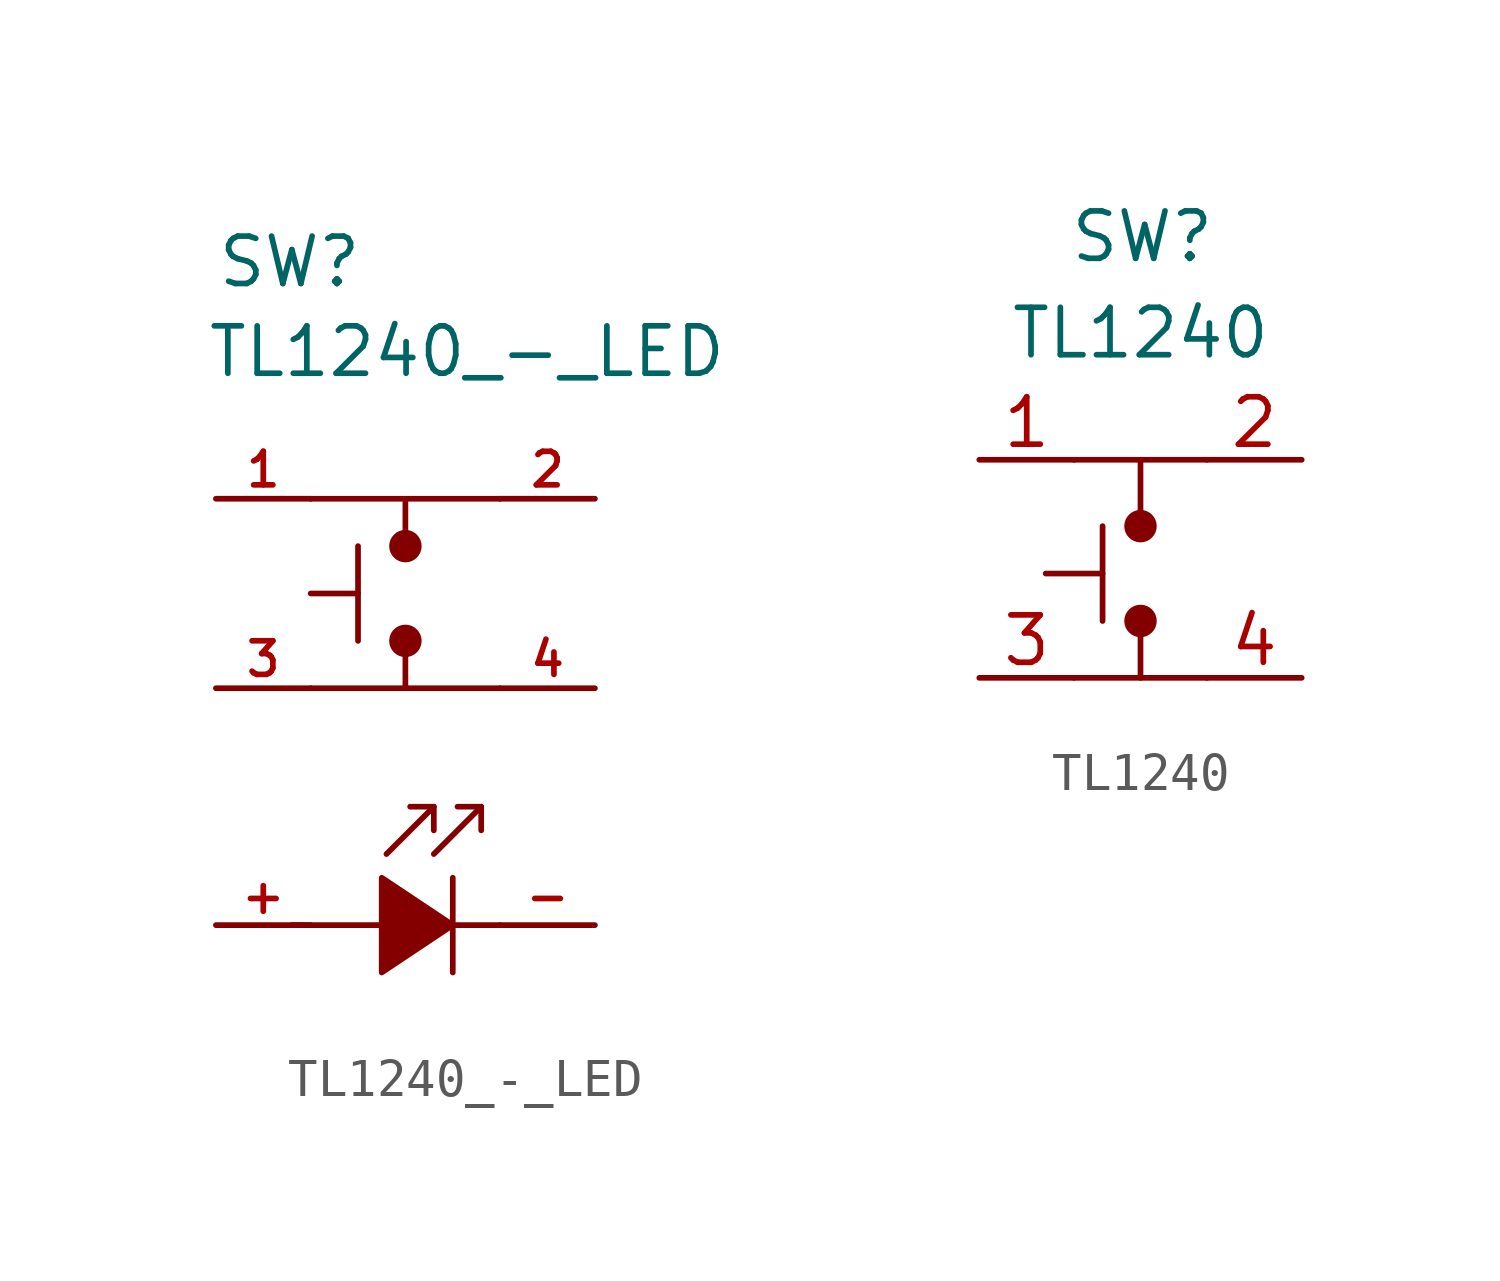
<source format=kicad_sym>
(kicad_symbol_lib
  (version 20211014)
  (generator kicad_symbol_editor)
  (symbol "TL1240_-_LED"
    (pin_names
      (offset 1.016) hide)
    (property "Reference" "SW"
      (at -5.08 8.89 0)
      (effects (font (size 1.27 1.27)) (justify left)))
    (property "Value" "TL1240_-_LED"
      (at 1.651 6.484 0)
      (effects (font (size 1.27 1.27))))
    (symbol "TL1240_-_LED_0_0"
      (polyline (pts (xy 0.762 -5.715) (xy -0.508 -6.985)) (stroke (width 0) (type default) (color 0 0 0 0)) (fill (type none)))
      (polyline (pts (xy 1.27 -10.16) (xy 1.27 -7.62)) (stroke (width 0) (type default) (color 0 0 0 0)) (fill (type none)))
      (polyline (pts (xy 2.032 -5.715) (xy 0.762 -6.985)) (stroke (width 0) (type default) (color 0 0 0 0)) (fill (type none)))
      (polyline (pts (xy 2.54 -8.89) (xy -3.048 -8.89)) (stroke (width 0) (type default) (color 0 0 0 0)) (fill (type none)))
      (polyline (pts (xy 0.762 -6.35) (xy 0.762 -5.715) (xy 0.127 -5.715)) (stroke (width 0) (type default) (color 0 0 0 0)) (fill (type none)))
      (polyline (pts (xy 2.032 -6.35) (xy 2.032 -5.715) (xy 1.397 -5.715)) (stroke (width 0) (type default) (color 0 0 0 0)) (fill (type none)))
      (polyline (pts (xy 1.27 -8.89) (xy -0.635 -10.16) (xy -0.635 -7.62) (xy 1.27 -8.89)) (stroke (width 0) (type default) (color 0 0 0 0)) (fill (type outline))))
    (symbol "TL1240_-_LED_0_1"
      (circle (center 0 -1.27) (radius 0.359) (stroke (width 0.152) (type default) (color 0 0 0 0)) (fill (type outline)))
      (polyline (pts (xy -1.27 -1.27) (xy -1.27 1.27)) (stroke (width 0) (type default) (color 0 0 0 0)) (fill (type none)))
      (polyline (pts (xy -1.27 0) (xy -2.54 0)) (stroke (width 0) (type default) (color 0 0 0 0)) (fill (type none)))
      (polyline (pts (xy 0 -2.54) (xy 0 -1.27)) (stroke (width 0) (type default) (color 0 0 0 0)) (fill (type none)))
      (polyline (pts (xy 0 1.27) (xy 0 2.54)) (stroke (width 0) (type default) (color 0 0 0 0)) (fill (type none)))
      (polyline (pts (xy 2.54 -2.54) (xy -2.54 -2.54)) (stroke (width 0) (type default) (color 0 0 0 0)) (fill (type none)))
      (polyline (pts (xy 2.54 2.54) (xy -2.54 2.54)) (stroke (width 0.152) (type default) (color 0 0 0 0)) (fill (type none)))
      (circle (center 0 1.27) (radius 0.359) (stroke (width 0.152) (type default) (color 0 0 0 0)) (fill (type outline)))
      (pin passive line (at -5.08 -8.89 0) (length 2.54) (name "+" (effects (font (size 1.27 1.27)))) (number "+" (effects (font (size 0.9 0.9)))))
      (pin passive line (at 5.08 -8.89 180) (length 2.54) (name "-" (effects (font (size 1.27 1.27)))) (number "-" (effects (font (size 0.9 0.9)))))
      (pin passive line (at -5.08 2.54 0) (length 2.54) (name "1" (effects (font (size 1.27 1.27)))) (number "1" (effects (font (size 0.9 0.9)))))
      (pin passive line (at 5.08 2.54 180) (length 2.54) (name "2" (effects (font (size 1.27 1.27)))) (number "2" (effects (font (size 0.9 0.9)))))
      (pin passive line (at -5.08 -2.54 0) (length 2.54) (name "3" (effects (font (size 1.27 1.27)))) (number "3" (effects (font (size 0.9 0.9)))))
      (pin passive line (at 5.08 -2.54 180) (length 2.54) (name "4" (effects (font (size 1.27 1.27)))) (number "4" (effects (font (size 0.9 0.9)))))))
  (symbol "TL1240"
    (pin_names
      (offset 1.016) hide)
    (property "Reference" "SW"
      (at -1.924 10.082 0)
      (effects (font (size 1.27 1.27)) (justify left)))
    (property "Value" "TL1240"
      (at 0 7.5 0)
      (effects (font (size 1.27 1.27))))
    (symbol "TL1240_0_1"
      (circle (center 0 -0.212) (radius 0.359) (stroke (width 0.152) (type default) (color 0 0 0 0)) (fill (type outline)))
      (polyline (pts (xy -1.016 -0.212) (xy -1.016 2.328)) (stroke (width 0) (type default) (color 0 0 0 0)) (fill (type none)))
      (polyline (pts (xy -1.016 1.058) (xy -2.54 1.058)) (stroke (width 0) (type default) (color 0 0 0 0)) (fill (type none)))
      (polyline (pts (xy 0 -1.736) (xy 0 -0.466)) (stroke (width 0) (type default) (color 0 0 0 0)) (fill (type none)))
      (polyline (pts (xy 0 2.582) (xy 0 4.106)) (stroke (width 0) (type default) (color 0 0 0 0)) (fill (type none)))
      (polyline (pts (xy 1.778 -1.736) (xy -1.778 -1.736)) (stroke (width 0.152) (type default) (color 0 0 0 0)) (fill (type none)))
      (polyline (pts (xy 1.778 4.106) (xy -1.778 4.106)) (stroke (width 0.152) (type default) (color 0 0 0 0)) (fill (type none)))
      (circle (center 0 2.328) (radius 0.359) (stroke (width 0.152) (type default) (color 0 0 0 0)) (fill (type outline)))
      (pin passive line (at -4.318 4.106 0) (length 2.54) (name "1" (effects (font (size 1.27 1.27)))) (number "1" (effects (font (size 1.27 1.27)))))
      (pin passive line (at 4.318 4.106 180) (length 2.54) (name "2" (effects (font (size 1.27 1.27)))) (number "2" (effects (font (size 1.27 1.27)))))
      (pin passive line (at -4.318 -1.736 0) (length 2.54) (name "3" (effects (font (size 1.27 1.27)))) (number "3" (effects (font (size 1.27 1.27)))))
      (pin passive line (at 4.318 -1.736 180) (length 2.54) (name "4" (effects (font (size 1.27 1.27)))) (number "4" (effects (font (size 1.27 1.27))))))))
</source>
